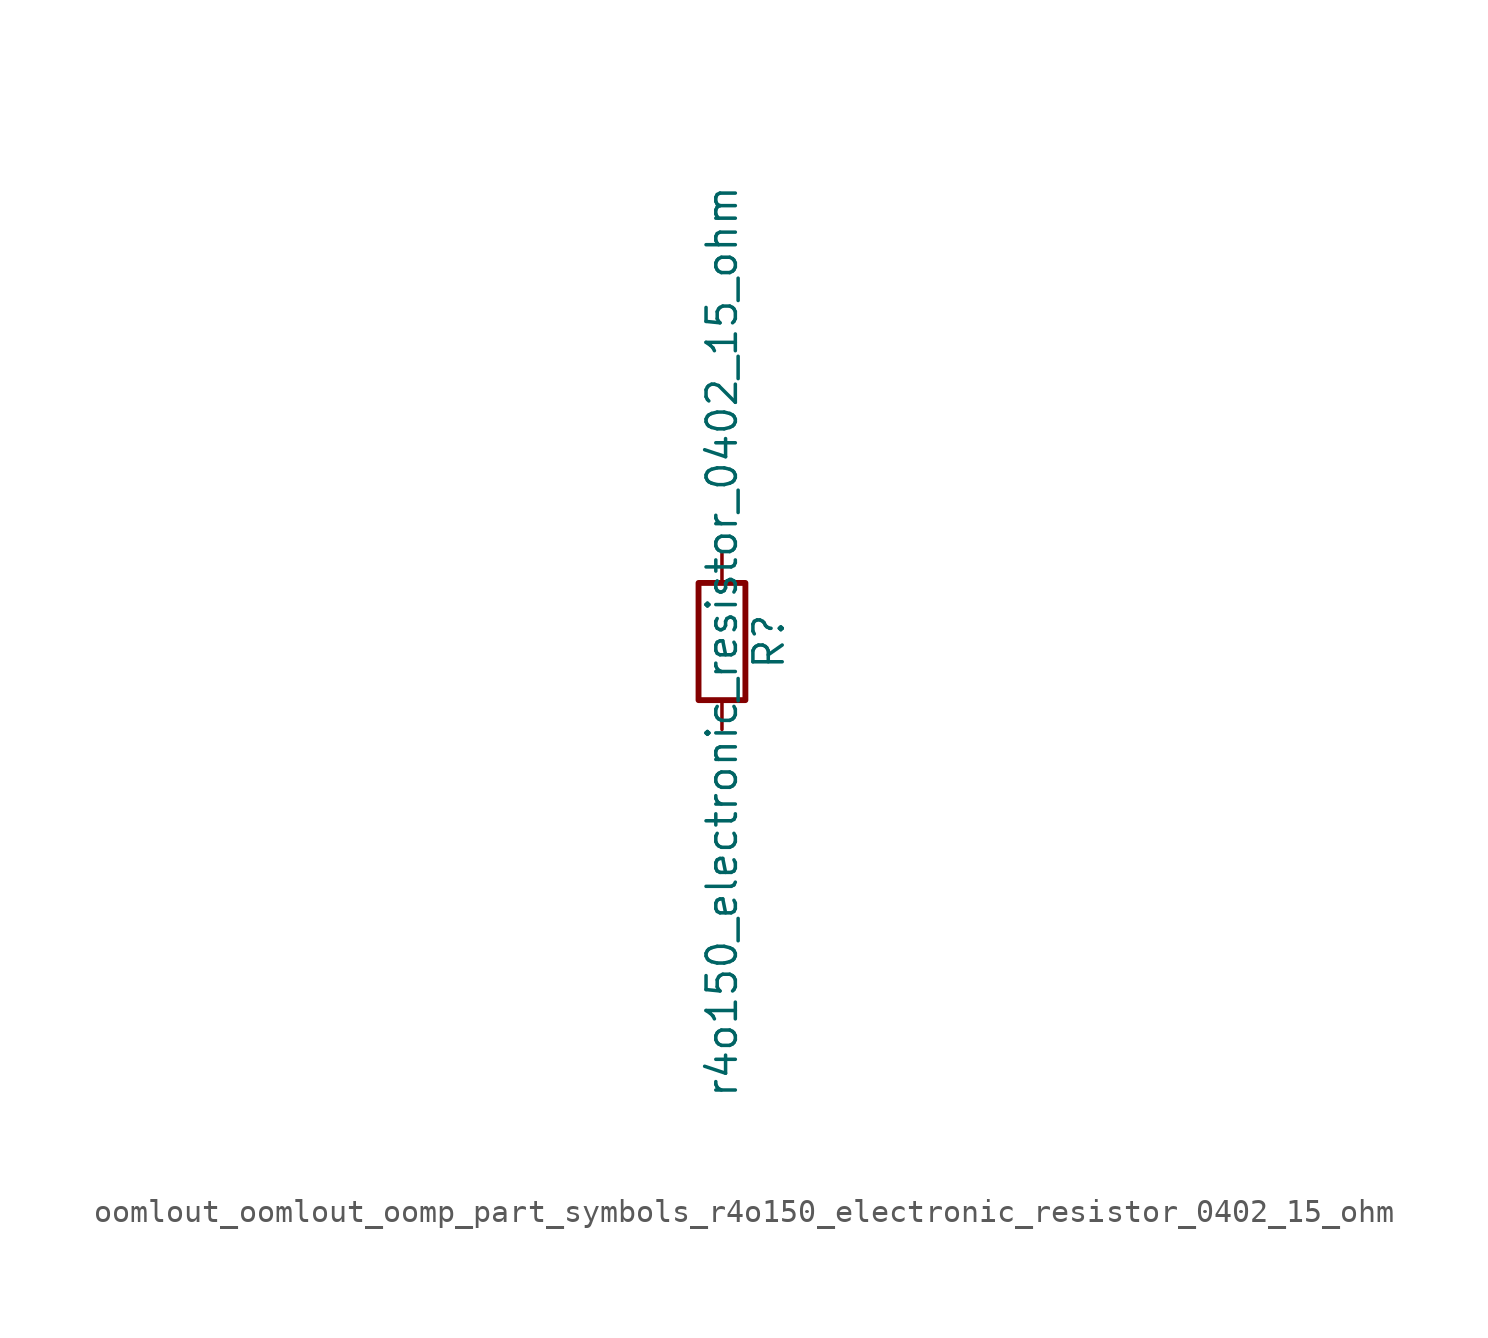
<source format=kicad_sym>
(kicad_symbol_lib
  (version 20220914)
  (generator kicad_symbol_editor)
  (symbol "oomlout_oomlout_oomp_part_symbols_r4o150_electronic_resistor_0402_15_ohm"
    (pin_numbers hide)
    (pin_names
      (offset 0))
    (property "Reference" "R"
      (at 2.032 0 90)
      (effects (font (size 1.27 1.27))))
    (property "Value" "r4o150_electronic_resistor_0402_15_ohm"
      (at 0 0 90)
      (effects (font (size 1.27 1.27))))
    (symbol "oomlout_oomlout_oomp_part_symbols_r4o150_electronic_resistor_0402_15_ohm_0_1"
      (rectangle (start -1.016 -2.54) (end 1.016 2.54) (stroke (width 0.254) (type default)) (fill (type none))))
    (symbol "oomlout_oomlout_oomp_part_symbols_r4o150_electronic_resistor_0402_15_ohm_1_1"
      (pin passive line (at 0 3.81 270) (length 1.27) (name "~" (effects (font (size 1.27 1.27)))) (number "1" (effects (font (size 1.27 1.27)))))
      (pin passive line (at 0 -3.81 90) (length 1.27) (name "~" (effects (font (size 1.27 1.27)))) (number "2" (effects (font (size 1.27 1.27))))))))
</source>
